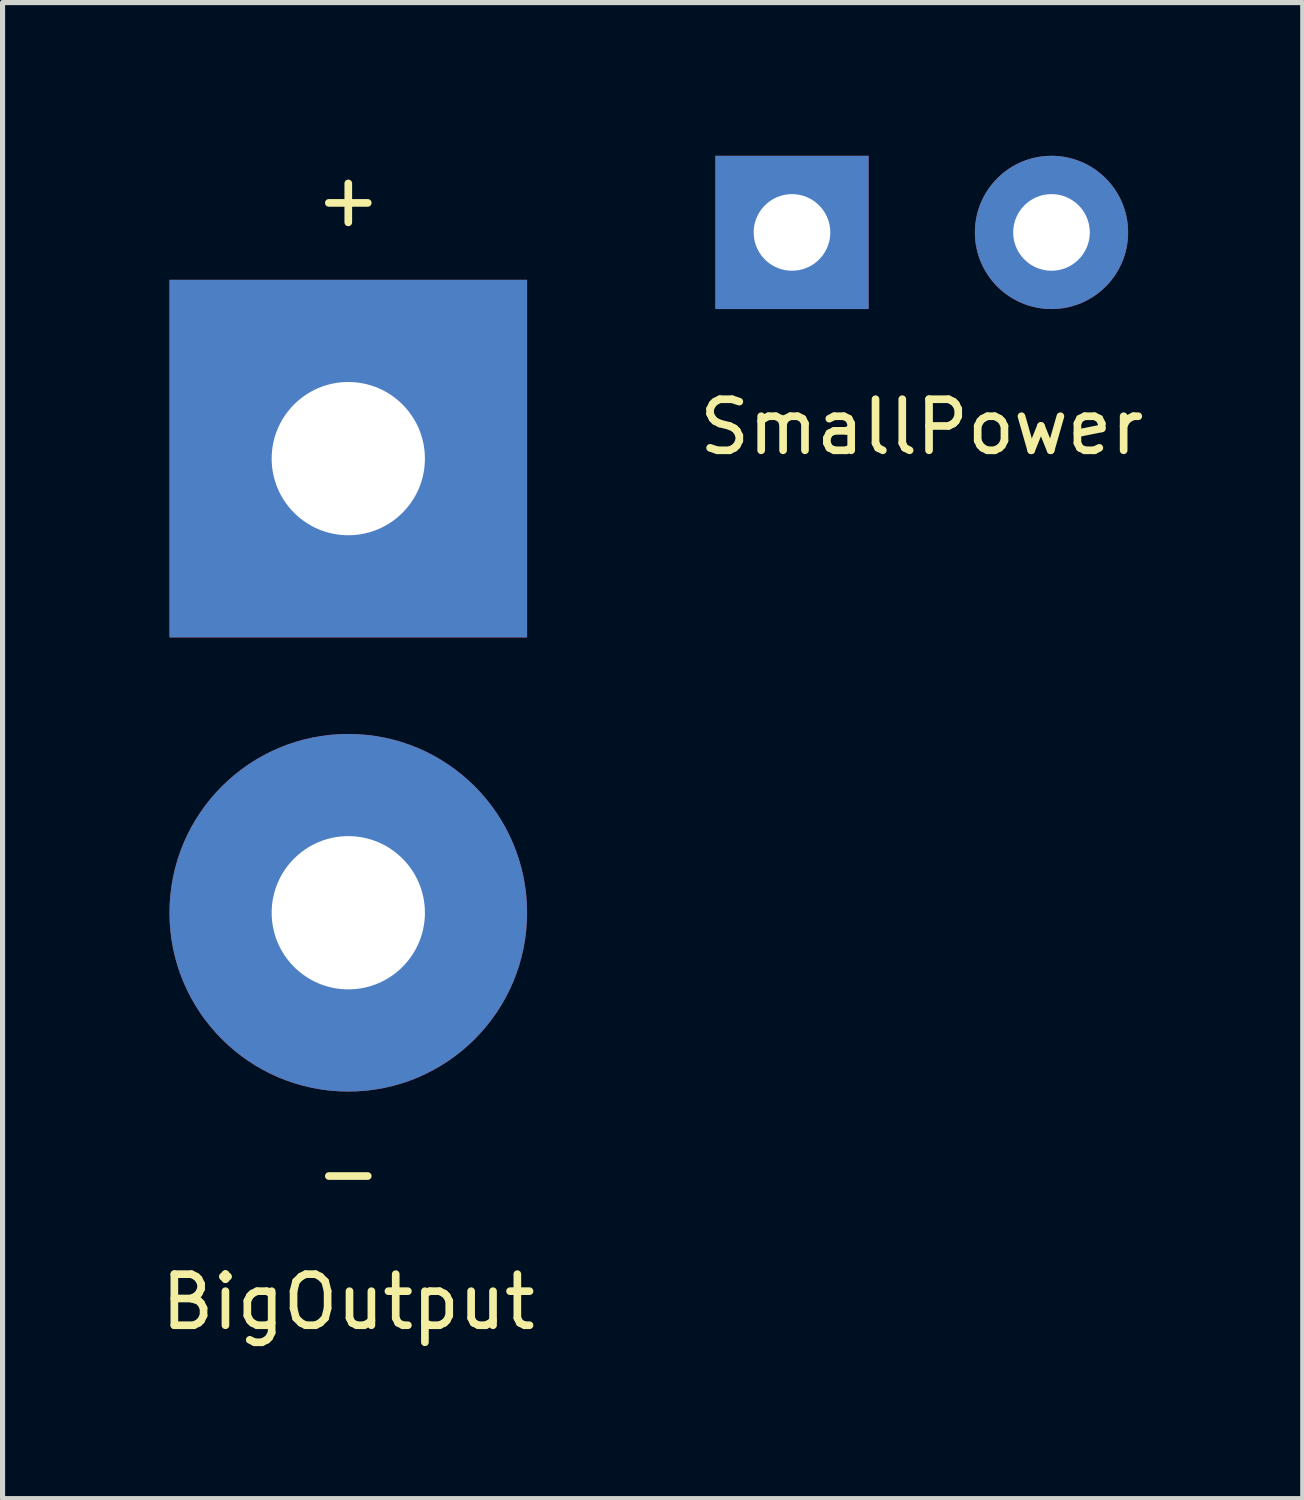
<source format=kicad_pcb>
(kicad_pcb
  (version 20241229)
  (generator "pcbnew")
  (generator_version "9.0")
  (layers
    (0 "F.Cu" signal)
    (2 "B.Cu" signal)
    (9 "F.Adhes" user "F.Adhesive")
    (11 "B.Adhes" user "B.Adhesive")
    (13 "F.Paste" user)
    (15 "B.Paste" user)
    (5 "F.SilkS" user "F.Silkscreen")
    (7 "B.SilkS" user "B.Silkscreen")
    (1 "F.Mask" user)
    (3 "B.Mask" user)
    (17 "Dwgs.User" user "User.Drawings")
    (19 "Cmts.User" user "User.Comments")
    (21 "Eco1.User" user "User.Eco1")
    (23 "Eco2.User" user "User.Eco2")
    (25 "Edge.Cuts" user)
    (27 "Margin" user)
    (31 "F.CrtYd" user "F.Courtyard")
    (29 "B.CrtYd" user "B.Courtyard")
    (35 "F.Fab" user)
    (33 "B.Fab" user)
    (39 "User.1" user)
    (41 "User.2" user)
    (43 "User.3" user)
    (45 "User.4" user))
  (footprint "SmallPower"
    (layer "F.Cu")
    (at 14.994 4.04)
    (property "Reference" "SmallPower" (at 0 1.27 0) (layer "F.SilkS") (effects (font (size 1 1) (thickness 0.15))))
    (attr through_hole)
    (pad "1" thru_hole rect (at -2.54 -2.54) (size 3 3) (drill 1.5) (layers "*.Cu" "*.Mask"))
    (pad "2" thru_hole circle (at 2.54 -2.54) (size 3 3) (drill 1.5) (layers "*.Cu" "*.Mask")))
  (footprint "BigOutput"
    (layer "F.Cu")
    (at 3.768 19.898)
    (property "Reference" "BigOutput" (at 0 2.54 0) (layer "F.SilkS") (effects (font (size 1 1) (thickness 0.15))))
    (attr through_hole)
    (fp_text user "-" (at 0 0 0) (layer "F.SilkS") (effects (font (size 1 1) (thickness 0.15))))
    (fp_text user "+" (at 0 -19.05 0) (layer "F.SilkS") (effects (font (size 1 1) (thickness 0.15))))
    (pad "1" thru_hole rect (at 0 -13.97) (size 7 7) (drill 3) (layers "*.Cu" "*.Mask"))
    (pad "2" thru_hole circle (at 0 -5.08) (size 7 7) (drill 3) (layers "*.Cu" "*.Mask")))
  (gr_rect
    (start -3 -3)
    (end 22.452 26.287)
    (stroke (width 0.1) (type default))
    (fill no)
    (layer "Edge.Cuts")))
</source>
